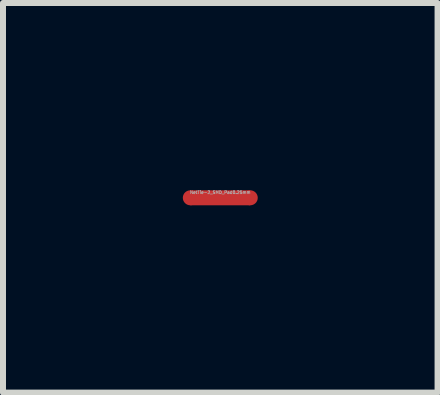
<source format=kicad_pcb>
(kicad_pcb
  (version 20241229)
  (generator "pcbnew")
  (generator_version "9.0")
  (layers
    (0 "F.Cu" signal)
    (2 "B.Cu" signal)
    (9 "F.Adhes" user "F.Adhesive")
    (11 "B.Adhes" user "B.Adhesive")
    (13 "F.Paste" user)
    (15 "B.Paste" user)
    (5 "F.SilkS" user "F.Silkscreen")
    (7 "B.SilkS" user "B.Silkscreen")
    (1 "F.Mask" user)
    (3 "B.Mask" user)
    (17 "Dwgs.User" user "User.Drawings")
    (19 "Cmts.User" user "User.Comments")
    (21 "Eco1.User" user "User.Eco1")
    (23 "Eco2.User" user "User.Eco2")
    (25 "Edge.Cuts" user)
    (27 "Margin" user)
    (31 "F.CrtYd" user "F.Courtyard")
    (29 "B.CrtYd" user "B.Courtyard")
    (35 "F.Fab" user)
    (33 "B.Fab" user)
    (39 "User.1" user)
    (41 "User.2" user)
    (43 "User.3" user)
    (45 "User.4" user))
  (footprint "NetTie-2_SMD_Pad0.25mm"
    (layer "F.Cu")
    (at 0.625 0.25)
    (property "Reference" "NetTie-2_SMD_Pad0.25mm" (at 0 -0.09 0) (layer "F.Fab") (effects (font (size 0.05 0.05) (thickness 0.01))))
    (attr exclude_from_pos_files exclude_from_bom)
    (fp_poly (pts (xy -0.5 -0.125) (xy 0.5 -0.125) (xy 0.5 0.125) (xy -0.5 0.125)) (stroke (width 0) (type solid)) (fill yes) (layer "F.Cu"))
    (pad "1" smd circle (at -0.5 0) (size 0.25 0.25) (layers "F.Cu"))
    (pad "2" smd circle (at 0.5 0) (size 0.25 0.25) (layers "F.Cu")))
  (gr_rect
    (start -3 -3)
    (end 4.25 3.5)
    (stroke (width 0.1) (type default))
    (fill no)
    (layer "Edge.Cuts")))
</source>
